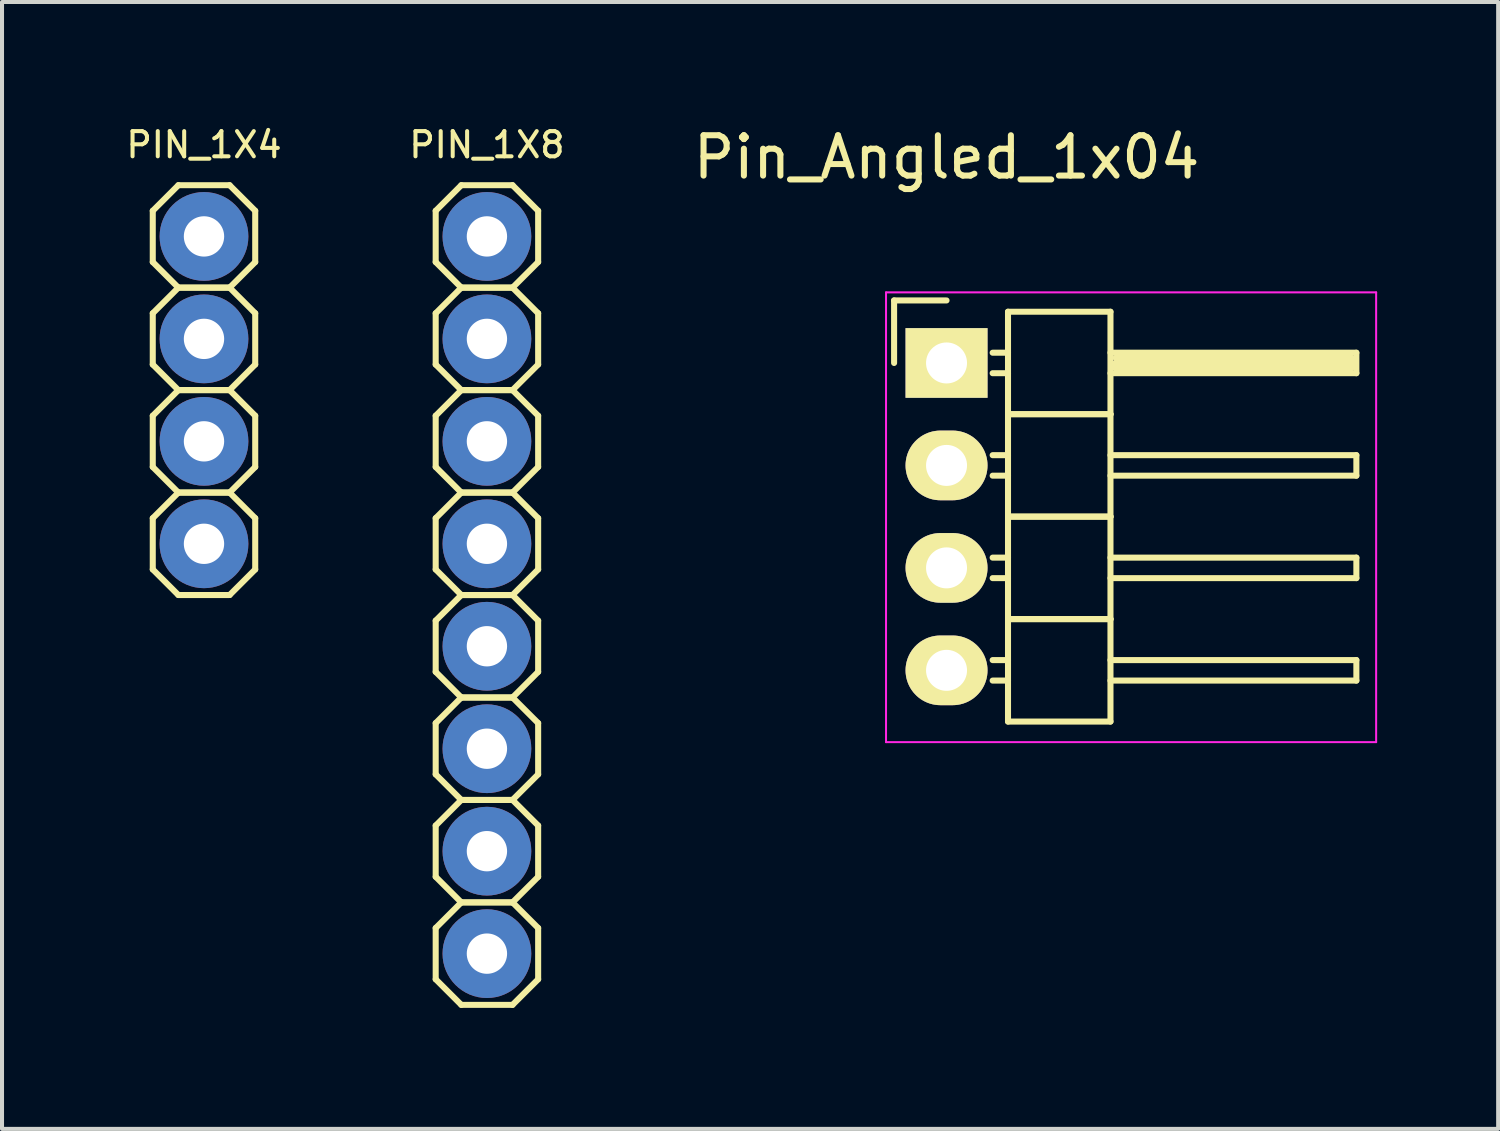
<source format=kicad_pcb>
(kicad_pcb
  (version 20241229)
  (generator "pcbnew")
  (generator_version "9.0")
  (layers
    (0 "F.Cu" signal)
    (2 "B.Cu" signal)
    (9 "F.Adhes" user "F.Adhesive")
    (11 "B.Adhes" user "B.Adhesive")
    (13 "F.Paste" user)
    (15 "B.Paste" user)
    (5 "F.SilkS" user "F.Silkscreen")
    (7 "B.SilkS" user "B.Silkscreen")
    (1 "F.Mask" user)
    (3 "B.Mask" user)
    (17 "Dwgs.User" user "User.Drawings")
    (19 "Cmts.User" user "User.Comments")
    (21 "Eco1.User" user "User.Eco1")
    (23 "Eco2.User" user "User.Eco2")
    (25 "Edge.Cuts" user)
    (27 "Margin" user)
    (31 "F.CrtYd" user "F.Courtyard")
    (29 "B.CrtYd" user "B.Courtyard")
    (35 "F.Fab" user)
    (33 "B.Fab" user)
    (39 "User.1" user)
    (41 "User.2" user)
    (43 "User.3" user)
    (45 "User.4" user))
  (footprint "PIN_1X4"
    (layer "F.Cu")
    (at 2.007 6.621)
    (property "Reference" "PIN_1X4" (at 0 -6.08 0) (layer "F.SilkS") (effects (font (size 0.625 0.625) (thickness 0.1))))
    (attr through_hole)
    (fp_line (start -1.27 -4.445) (end -1.27 -3.175) (stroke (width 0.15) (type solid)) (layer "F.SilkS"))
    (fp_line (start -1.27 -3.175) (end -0.635 -2.54) (stroke (width 0.15) (type solid)) (layer "F.SilkS"))
    (fp_line (start -1.27 -1.905) (end -1.27 -0.635) (stroke (width 0.15) (type solid)) (layer "F.SilkS"))
    (fp_line (start -1.27 -0.635) (end -0.635 0) (stroke (width 0.15) (type solid)) (layer "F.SilkS"))
    (fp_line (start -1.27 0.635) (end -1.27 1.905) (stroke (width 0.15) (type solid)) (layer "F.SilkS"))
    (fp_line (start -1.27 1.905) (end -0.635 2.54) (stroke (width 0.15) (type solid)) (layer "F.SilkS"))
    (fp_line (start -1.27 3.175) (end -1.27 4.445) (stroke (width 0.15) (type solid)) (layer "F.SilkS"))
    (fp_line (start -1.27 4.445) (end -0.635 5.08) (stroke (width 0.15) (type solid)) (layer "F.SilkS"))
    (fp_line (start -0.635 -5.08) (end -1.27 -4.445) (stroke (width 0.15) (type solid)) (layer "F.SilkS"))
    (fp_line (start -0.635 -2.54) (end -1.27 -1.905) (stroke (width 0.15) (type solid)) (layer "F.SilkS"))
    (fp_line (start -0.635 -2.54) (end 0.635 -2.54) (stroke (width 0.15) (type solid)) (layer "F.SilkS"))
    (fp_line (start -0.635 0) (end -1.27 0.635) (stroke (width 0.15) (type solid)) (layer "F.SilkS"))
    (fp_line (start -0.635 0) (end 0.635 0) (stroke (width 0.15) (type solid)) (layer "F.SilkS"))
    (fp_line (start -0.635 2.54) (end -1.27 3.175) (stroke (width 0.15) (type solid)) (layer "F.SilkS"))
    (fp_line (start -0.635 2.54) (end 0.635 2.54) (stroke (width 0.15) (type solid)) (layer "F.SilkS"))
    (fp_line (start -0.635 5.08) (end 0.635 5.08) (stroke (width 0.15) (type solid)) (layer "F.SilkS"))
    (fp_line (start 0.635 -5.08) (end -0.635 -5.08) (stroke (width 0.15) (type solid)) (layer "F.SilkS"))
    (fp_line (start 0.635 -2.54) (end -0.635 -2.54) (stroke (width 0.15) (type solid)) (layer "F.SilkS"))
    (fp_line (start 0.635 -2.54) (end 1.27 -3.175) (stroke (width 0.15) (type solid)) (layer "F.SilkS"))
    (fp_line (start 0.635 0) (end -0.635 0) (stroke (width 0.15) (type solid)) (layer "F.SilkS"))
    (fp_line (start 0.635 0) (end 1.27 -0.635) (stroke (width 0.15) (type solid)) (layer "F.SilkS"))
    (fp_line (start 0.635 2.54) (end -0.635 2.54) (stroke (width 0.15) (type solid)) (layer "F.SilkS"))
    (fp_line (start 0.635 2.54) (end 1.27 1.905) (stroke (width 0.15) (type solid)) (layer "F.SilkS"))
    (fp_line (start 0.635 5.08) (end 1.27 4.445) (stroke (width 0.15) (type solid)) (layer "F.SilkS"))
    (fp_line (start 1.27 -4.445) (end 0.635 -5.08) (stroke (width 0.15) (type solid)) (layer "F.SilkS"))
    (fp_line (start 1.27 -3.175) (end 1.27 -4.445) (stroke (width 0.15) (type solid)) (layer "F.SilkS"))
    (fp_line (start 1.27 -1.905) (end 0.635 -2.54) (stroke (width 0.15) (type solid)) (layer "F.SilkS"))
    (fp_line (start 1.27 -0.635) (end 1.27 -1.905) (stroke (width 0.15) (type solid)) (layer "F.SilkS"))
    (fp_line (start 1.27 0.635) (end 0.635 0) (stroke (width 0.15) (type solid)) (layer "F.SilkS"))
    (fp_line (start 1.27 1.905) (end 1.27 0.635) (stroke (width 0.15) (type solid)) (layer "F.SilkS"))
    (fp_line (start 1.27 3.175) (end 0.635 2.54) (stroke (width 0.15) (type solid)) (layer "F.SilkS"))
    (fp_line (start 1.27 4.445) (end 1.27 3.175) (stroke (width 0.15) (type solid)) (layer "F.SilkS"))
    (pad "1" thru_hole circle (at 0 -3.81) (size 2.2 2.2) (drill 1) (layers "*.Cu" "*.Mask"))
    (pad "2" thru_hole circle (at 0 -1.27) (size 2.2 2.2) (drill 1) (layers "*.Cu" "*.Mask"))
    (pad "3" thru_hole circle (at 0 1.27) (size 2.2 2.2) (drill 1) (layers "*.Cu" "*.Mask"))
    (pad "4" thru_hole circle (at 0 3.81) (size 2.2 2.2) (drill 1) (layers "*.Cu" "*.Mask")))
  (footprint "PIN_1X8"
    (layer "F.Cu")
    (at 9.021 11.701)
    (property "Reference" "PIN_1X8" (at 0 -11.16 0) (layer "F.SilkS") (effects (font (size 0.625 0.625) (thickness 0.1))))
    (attr through_hole)
    (fp_line (start -1.27 -9.525) (end -1.27 -8.255) (stroke (width 0.15) (type solid)) (layer "F.SilkS"))
    (fp_line (start -1.27 -8.255) (end -0.635 -7.62) (stroke (width 0.15) (type solid)) (layer "F.SilkS"))
    (fp_line (start -1.27 -6.985) (end -1.27 -5.715) (stroke (width 0.15) (type solid)) (layer "F.SilkS"))
    (fp_line (start -1.27 -5.715) (end -0.635 -5.08) (stroke (width 0.15) (type solid)) (layer "F.SilkS"))
    (fp_line (start -1.27 -4.445) (end -1.27 -3.175) (stroke (width 0.15) (type solid)) (layer "F.SilkS"))
    (fp_line (start -1.27 -3.175) (end -0.635 -2.54) (stroke (width 0.15) (type solid)) (layer "F.SilkS"))
    (fp_line (start -1.27 -1.905) (end -1.27 -0.635) (stroke (width 0.15) (type solid)) (layer "F.SilkS"))
    (fp_line (start -1.27 -0.635) (end -0.635 0) (stroke (width 0.15) (type solid)) (layer "F.SilkS"))
    (fp_line (start -1.27 0.635) (end -1.27 1.905) (stroke (width 0.15) (type solid)) (layer "F.SilkS"))
    (fp_line (start -1.27 1.905) (end -0.635 2.54) (stroke (width 0.15) (type solid)) (layer "F.SilkS"))
    (fp_line (start -1.27 3.175) (end -1.27 4.445) (stroke (width 0.15) (type solid)) (layer "F.SilkS"))
    (fp_line (start -1.27 4.445) (end -0.635 5.08) (stroke (width 0.15) (type solid)) (layer "F.SilkS"))
    (fp_line (start -1.27 5.715) (end -1.27 6.985) (stroke (width 0.15) (type solid)) (layer "F.SilkS"))
    (fp_line (start -1.27 6.985) (end -0.635 7.62) (stroke (width 0.15) (type solid)) (layer "F.SilkS"))
    (fp_line (start -1.27 8.255) (end -1.27 9.525) (stroke (width 0.15) (type solid)) (layer "F.SilkS"))
    (fp_line (start -1.27 9.525) (end -0.635 10.16) (stroke (width 0.15) (type solid)) (layer "F.SilkS"))
    (fp_line (start -0.635 -10.16) (end -1.27 -9.525) (stroke (width 0.15) (type solid)) (layer "F.SilkS"))
    (fp_line (start -0.635 -7.62) (end -1.27 -6.985) (stroke (width 0.15) (type solid)) (layer "F.SilkS"))
    (fp_line (start -0.635 -7.62) (end 0.635 -7.62) (stroke (width 0.15) (type solid)) (layer "F.SilkS"))
    (fp_line (start -0.635 -5.08) (end -1.27 -4.445) (stroke (width 0.15) (type solid)) (layer "F.SilkS"))
    (fp_line (start -0.635 -5.08) (end 0.635 -5.08) (stroke (width 0.15) (type solid)) (layer "F.SilkS"))
    (fp_line (start -0.635 -2.54) (end -1.27 -1.905) (stroke (width 0.15) (type solid)) (layer "F.SilkS"))
    (fp_line (start -0.635 -2.54) (end 0.635 -2.54) (stroke (width 0.15) (type solid)) (layer "F.SilkS"))
    (fp_line (start -0.635 0) (end -1.27 0.635) (stroke (width 0.15) (type solid)) (layer "F.SilkS"))
    (fp_line (start -0.635 0) (end 0.635 0) (stroke (width 0.15) (type solid)) (layer "F.SilkS"))
    (fp_line (start -0.635 2.54) (end -1.27 3.175) (stroke (width 0.15) (type solid)) (layer "F.SilkS"))
    (fp_line (start -0.635 2.54) (end 0.635 2.54) (stroke (width 0.15) (type solid)) (layer "F.SilkS"))
    (fp_line (start -0.635 5.08) (end -1.27 5.715) (stroke (width 0.15) (type solid)) (layer "F.SilkS"))
    (fp_line (start -0.635 5.08) (end 0.635 5.08) (stroke (width 0.15) (type solid)) (layer "F.SilkS"))
    (fp_line (start -0.635 7.62) (end -1.27 8.255) (stroke (width 0.15) (type solid)) (layer "F.SilkS"))
    (fp_line (start -0.635 7.62) (end 0.635 7.62) (stroke (width 0.15) (type solid)) (layer "F.SilkS"))
    (fp_line (start -0.635 10.16) (end 0.635 10.16) (stroke (width 0.15) (type solid)) (layer "F.SilkS"))
    (fp_line (start 0.635 -10.16) (end -0.635 -10.16) (stroke (width 0.15) (type solid)) (layer "F.SilkS"))
    (fp_line (start 0.635 -7.62) (end -0.635 -7.62) (stroke (width 0.15) (type solid)) (layer "F.SilkS"))
    (fp_line (start 0.635 -7.62) (end 1.27 -8.255) (stroke (width 0.15) (type solid)) (layer "F.SilkS"))
    (fp_line (start 0.635 -5.08) (end -0.635 -5.08) (stroke (width 0.15) (type solid)) (layer "F.SilkS"))
    (fp_line (start 0.635 -5.08) (end 1.27 -5.715) (stroke (width 0.15) (type solid)) (layer "F.SilkS"))
    (fp_line (start 0.635 -2.54) (end -0.635 -2.54) (stroke (width 0.15) (type solid)) (layer "F.SilkS"))
    (fp_line (start 0.635 -2.54) (end 1.27 -3.175) (stroke (width 0.15) (type solid)) (layer "F.SilkS"))
    (fp_line (start 0.635 0) (end -0.635 0) (stroke (width 0.15) (type solid)) (layer "F.SilkS"))
    (fp_line (start 0.635 0) (end 1.27 -0.635) (stroke (width 0.15) (type solid)) (layer "F.SilkS"))
    (fp_line (start 0.635 2.54) (end -0.635 2.54) (stroke (width 0.15) (type solid)) (layer "F.SilkS"))
    (fp_line (start 0.635 2.54) (end 1.27 1.905) (stroke (width 0.15) (type solid)) (layer "F.SilkS"))
    (fp_line (start 0.635 5.08) (end -0.635 5.08) (stroke (width 0.15) (type solid)) (layer "F.SilkS"))
    (fp_line (start 0.635 5.08) (end 1.27 4.445) (stroke (width 0.15) (type solid)) (layer "F.SilkS"))
    (fp_line (start 0.635 7.62) (end -0.635 7.62) (stroke (width 0.15) (type solid)) (layer "F.SilkS"))
    (fp_line (start 0.635 7.62) (end 1.27 6.985) (stroke (width 0.15) (type solid)) (layer "F.SilkS"))
    (fp_line (start 0.635 10.16) (end 1.27 9.525) (stroke (width 0.15) (type solid)) (layer "F.SilkS"))
    (fp_line (start 1.27 -9.525) (end 0.635 -10.16) (stroke (width 0.15) (type solid)) (layer "F.SilkS"))
    (fp_line (start 1.27 -8.255) (end 1.27 -9.525) (stroke (width 0.15) (type solid)) (layer "F.SilkS"))
    (fp_line (start 1.27 -6.985) (end 0.635 -7.62) (stroke (width 0.15) (type solid)) (layer "F.SilkS"))
    (fp_line (start 1.27 -5.715) (end 1.27 -6.985) (stroke (width 0.15) (type solid)) (layer "F.SilkS"))
    (fp_line (start 1.27 -4.445) (end 0.635 -5.08) (stroke (width 0.15) (type solid)) (layer "F.SilkS"))
    (fp_line (start 1.27 -3.175) (end 1.27 -4.445) (stroke (width 0.15) (type solid)) (layer "F.SilkS"))
    (fp_line (start 1.27 -1.905) (end 0.635 -2.54) (stroke (width 0.15) (type solid)) (layer "F.SilkS"))
    (fp_line (start 1.27 -0.635) (end 1.27 -1.905) (stroke (width 0.15) (type solid)) (layer "F.SilkS"))
    (fp_line (start 1.27 0.635) (end 0.635 0) (stroke (width 0.15) (type solid)) (layer "F.SilkS"))
    (fp_line (start 1.27 1.905) (end 1.27 0.635) (stroke (width 0.15) (type solid)) (layer "F.SilkS"))
    (fp_line (start 1.27 3.175) (end 0.635 2.54) (stroke (width 0.15) (type solid)) (layer "F.SilkS"))
    (fp_line (start 1.27 4.445) (end 1.27 3.175) (stroke (width 0.15) (type solid)) (layer "F.SilkS"))
    (fp_line (start 1.27 5.715) (end 0.635 5.08) (stroke (width 0.15) (type solid)) (layer "F.SilkS"))
    (fp_line (start 1.27 6.985) (end 1.27 5.715) (stroke (width 0.15) (type solid)) (layer "F.SilkS"))
    (fp_line (start 1.27 8.255) (end 0.635 7.62) (stroke (width 0.15) (type solid)) (layer "F.SilkS"))
    (fp_line (start 1.27 9.525) (end 1.27 8.255) (stroke (width 0.15) (type solid)) (layer "F.SilkS"))
    (pad "1" thru_hole circle (at 0 -8.89) (size 2.2 2.2) (drill 1) (layers "*.Cu" "*.Mask"))
    (pad "2" thru_hole circle (at 0 -6.35) (size 2.2 2.2) (drill 1) (layers "*.Cu" "*.Mask"))
    (pad "3" thru_hole circle (at 0 -3.81) (size 2.2 2.2) (drill 1) (layers "*.Cu" "*.Mask"))
    (pad "4" thru_hole circle (at 0 -1.27) (size 2.2 2.2) (drill 1) (layers "*.Cu" "*.Mask"))
    (pad "5" thru_hole circle (at 0 1.27) (size 2.2 2.2) (drill 1) (layers "*.Cu" "*.Mask"))
    (pad "6" thru_hole circle (at 0 3.81) (size 2.2 2.2) (drill 1) (layers "*.Cu" "*.Mask"))
    (pad "7" thru_hole circle (at 0 6.35) (size 2.2 2.2) (drill 1) (layers "*.Cu" "*.Mask"))
    (pad "8" thru_hole circle (at 0 8.89) (size 2.2 2.2) (drill 1) (layers "*.Cu" "*.Mask")))
  (footprint "Pin_Angled_1x04"
    (layer "F.Cu")
    (at 20.415 5.948)
    (property "Reference" "Pin_Angled_1x04" (at 0 -5.1 0) (layer "F.SilkS") (effects (font (size 1 1) (thickness 0.15))))
    (attr through_hole)
    (fp_line (start -1.3 -1.55) (end -1.3 0) (stroke (width 0.15) (type solid)) (layer "F.SilkS"))
    (fp_line (start 0 -1.55) (end -1.3 -1.55) (stroke (width 0.15) (type solid)) (layer "F.SilkS"))
    (fp_line (start 1.524 -1.27) (end 1.524 1.27) (stroke (width 0.15) (type solid)) (layer "F.SilkS"))
    (fp_line (start 1.524 -1.27) (end 4.064 -1.27) (stroke (width 0.15) (type solid)) (layer "F.SilkS"))
    (fp_line (start 1.524 -0.254) (end 1.143 -0.254) (stroke (width 0.15) (type solid)) (layer "F.SilkS"))
    (fp_line (start 1.524 0.254) (end 1.143 0.254) (stroke (width 0.15) (type solid)) (layer "F.SilkS"))
    (fp_line (start 1.524 1.27) (end 1.524 3.81) (stroke (width 0.15) (type solid)) (layer "F.SilkS"))
    (fp_line (start 1.524 1.27) (end 4.064 1.27) (stroke (width 0.15) (type solid)) (layer "F.SilkS"))
    (fp_line (start 1.524 1.27) (end 4.064 1.27) (stroke (width 0.15) (type solid)) (layer "F.SilkS"))
    (fp_line (start 1.524 2.286) (end 1.143 2.286) (stroke (width 0.15) (type solid)) (layer "F.SilkS"))
    (fp_line (start 1.524 2.794) (end 1.143 2.794) (stroke (width 0.15) (type solid)) (layer "F.SilkS"))
    (fp_line (start 1.524 3.81) (end 1.524 6.35) (stroke (width 0.15) (type solid)) (layer "F.SilkS"))
    (fp_line (start 1.524 3.81) (end 4.064 3.81) (stroke (width 0.15) (type solid)) (layer "F.SilkS"))
    (fp_line (start 1.524 3.81) (end 4.064 3.81) (stroke (width 0.15) (type solid)) (layer "F.SilkS"))
    (fp_line (start 1.524 4.826) (end 1.143 4.826) (stroke (width 0.15) (type solid)) (layer "F.SilkS"))
    (fp_line (start 1.524 5.334) (end 1.143 5.334) (stroke (width 0.15) (type solid)) (layer "F.SilkS"))
    (fp_line (start 1.524 6.35) (end 1.524 8.89) (stroke (width 0.15) (type solid)) (layer "F.SilkS"))
    (fp_line (start 1.524 6.35) (end 4.064 6.35) (stroke (width 0.15) (type solid)) (layer "F.SilkS"))
    (fp_line (start 1.524 6.35) (end 4.064 6.35) (stroke (width 0.15) (type solid)) (layer "F.SilkS"))
    (fp_line (start 1.524 7.366) (end 1.143 7.366) (stroke (width 0.15) (type solid)) (layer "F.SilkS"))
    (fp_line (start 1.524 7.874) (end 1.143 7.874) (stroke (width 0.15) (type solid)) (layer "F.SilkS"))
    (fp_line (start 1.524 8.89) (end 4.064 8.89) (stroke (width 0.15) (type solid)) (layer "F.SilkS"))
    (fp_line (start 4.064 -0.254) (end 10.16 -0.254) (stroke (width 0.15) (type solid)) (layer "F.SilkS"))
    (fp_line (start 4.064 1.27) (end 4.064 -1.27) (stroke (width 0.15) (type solid)) (layer "F.SilkS"))
    (fp_line (start 4.064 2.286) (end 10.16 2.286) (stroke (width 0.15) (type solid)) (layer "F.SilkS"))
    (fp_line (start 4.064 3.81) (end 4.064 1.27) (stroke (width 0.15) (type solid)) (layer "F.SilkS"))
    (fp_line (start 4.064 4.826) (end 10.16 4.826) (stroke (width 0.15) (type solid)) (layer "F.SilkS"))
    (fp_line (start 4.064 6.35) (end 4.064 3.81) (stroke (width 0.15) (type solid)) (layer "F.SilkS"))
    (fp_line (start 4.064 7.366) (end 10.16 7.366) (stroke (width 0.15) (type solid)) (layer "F.SilkS"))
    (fp_line (start 4.064 8.89) (end 4.064 6.35) (stroke (width 0.15) (type solid)) (layer "F.SilkS"))
    (fp_line (start 4.191 -0.127) (end 10.033 -0.127) (stroke (width 0.15) (type solid)) (layer "F.SilkS"))
    (fp_line (start 4.191 0) (end 10.033 0) (stroke (width 0.15) (type solid)) (layer "F.SilkS"))
    (fp_line (start 4.191 0.127) (end 4.191 0) (stroke (width 0.15) (type solid)) (layer "F.SilkS"))
    (fp_line (start 10.033 -0.127) (end 10.033 0.127) (stroke (width 0.15) (type solid)) (layer "F.SilkS"))
    (fp_line (start 10.033 0.127) (end 4.191 0.127) (stroke (width 0.15) (type solid)) (layer "F.SilkS"))
    (fp_line (start 10.16 -0.254) (end 10.16 0.254) (stroke (width 0.15) (type solid)) (layer "F.SilkS"))
    (fp_line (start 10.16 0.254) (end 4.064 0.254) (stroke (width 0.15) (type solid)) (layer "F.SilkS"))
    (fp_line (start 10.16 2.286) (end 10.16 2.794) (stroke (width 0.15) (type solid)) (layer "F.SilkS"))
    (fp_line (start 10.16 2.794) (end 4.064 2.794) (stroke (width 0.15) (type solid)) (layer "F.SilkS"))
    (fp_line (start 10.16 4.826) (end 10.16 5.334) (stroke (width 0.15) (type solid)) (layer "F.SilkS"))
    (fp_line (start 10.16 5.334) (end 4.064 5.334) (stroke (width 0.15) (type solid)) (layer "F.SilkS"))
    (fp_line (start 10.16 7.366) (end 10.16 7.874) (stroke (width 0.15) (type solid)) (layer "F.SilkS"))
    (fp_line (start 10.16 7.874) (end 4.064 7.874) (stroke (width 0.15) (type solid)) (layer "F.SilkS"))
    (fp_line (start -1.5 -1.75) (end -1.5 9.4) (stroke (width 0.05) (type solid)) (layer "F.CrtYd"))
    (fp_line (start -1.5 -1.75) (end 10.65 -1.75) (stroke (width 0.05) (type solid)) (layer "F.CrtYd"))
    (fp_line (start -1.5 9.4) (end 10.65 9.4) (stroke (width 0.05) (type solid)) (layer "F.CrtYd"))
    (fp_line (start 10.65 -1.75) (end 10.65 9.4) (stroke (width 0.05) (type solid)) (layer "F.CrtYd"))
    (pad "1" thru_hole rect (at 0 0) (size 2.032 1.727) (drill 1.016) (layers "*.Cu" "*.Mask" "F.SilkS"))
    (pad "2" thru_hole oval (at 0 2.54) (size 2.032 1.727) (drill 1.016) (layers "*.Cu" "*.Mask" "F.SilkS"))
    (pad "3" thru_hole oval (at 0 5.08) (size 2.032 1.727) (drill 1.016) (layers "*.Cu" "*.Mask" "F.SilkS"))
    (pad "4" thru_hole oval (at 0 7.62) (size 2.032 1.727) (drill 1.016) (layers "*.Cu" "*.Mask" "F.SilkS")))
  (gr_rect
    (start -3 -3)
    (end 34.09 24.936)
    (stroke (width 0.1) (type default))
    (fill no)
    (layer "Edge.Cuts")))
</source>
